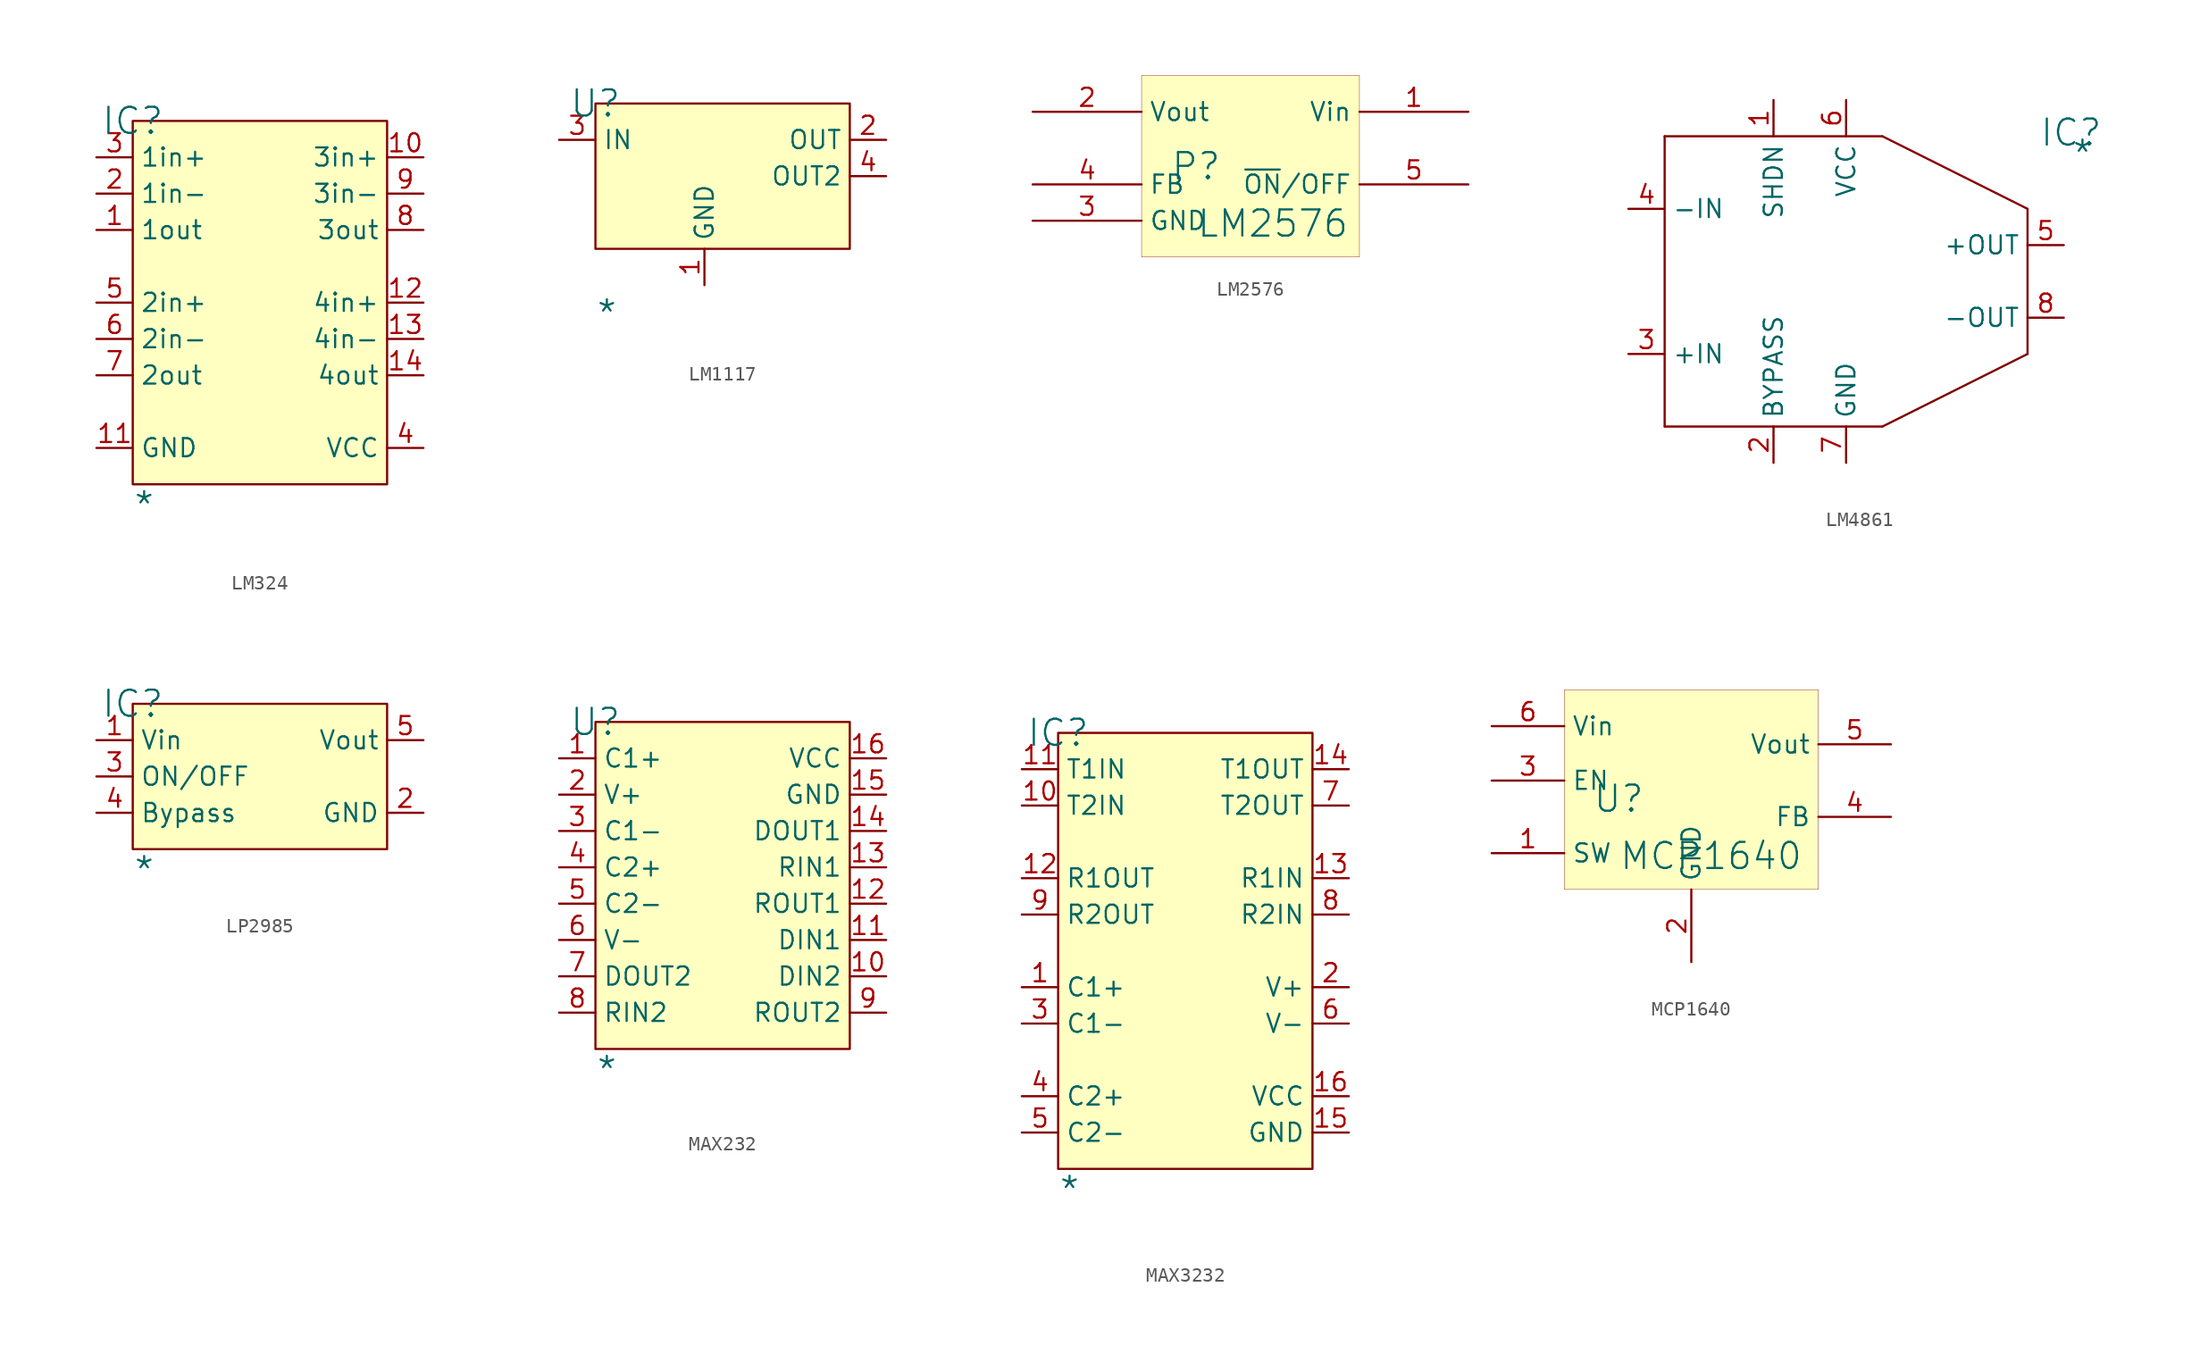
<source format=kicad_sym>
(kicad_symbol_lib
  (version 20241209)
  (generator "kicad_symbol_editor")
  (generator_version "9.0")
  (symbol "LM324"
    (property "Reference" "IC"
      (at 0 0 0)
      (effects (font (size 1.829 1.829))))
    (property "Value" "*"
      (at 0 -27.94 0)
      (effects (font (size 1.829 1.829)) (justify left bottom)))
    (symbol "LM324_1_0"
      (rectangle (start 17.78 0) (end 0 -25.4) (stroke (width 0) (type solid) (color 128 0 0 1)) (fill (type background)))
      (pin passive line (at -2.54 -2.54 0) (length 2.54) (name "1in+" (effects (font (size 1.27 1.27)))) (number "3" (effects (font (size 1.27 1.27)))))
      (pin passive line (at -2.54 -5.08 0) (length 2.54) (name "1in-" (effects (font (size 1.27 1.27)))) (number "2" (effects (font (size 1.27 1.27)))))
      (pin passive line (at -2.54 -7.62 0) (length 2.54) (name "1out" (effects (font (size 1.27 1.27)))) (number "1" (effects (font (size 1.27 1.27)))))
      (pin passive line (at -2.54 -12.7 0) (length 2.54) (name "2in+" (effects (font (size 1.27 1.27)))) (number "5" (effects (font (size 1.27 1.27)))))
      (pin passive line (at -2.54 -15.24 0) (length 2.54) (name "2in-" (effects (font (size 1.27 1.27)))) (number "6" (effects (font (size 1.27 1.27)))))
      (pin passive line (at -2.54 -17.78 0) (length 2.54) (name "2out" (effects (font (size 1.27 1.27)))) (number "7" (effects (font (size 1.27 1.27)))))
      (pin passive line (at -2.54 -22.86 0) (length 2.54) (name "GND" (effects (font (size 1.27 1.27)))) (number "11" (effects (font (size 1.27 1.27)))))
      (pin passive line (at 20.32 -2.54 180) (length 2.54) (name "3in+" (effects (font (size 1.27 1.27)))) (number "10" (effects (font (size 1.27 1.27)))))
      (pin passive line (at 20.32 -5.08 180) (length 2.54) (name "3in-" (effects (font (size 1.27 1.27)))) (number "9" (effects (font (size 1.27 1.27)))))
      (pin passive line (at 20.32 -7.62 180) (length 2.54) (name "3out" (effects (font (size 1.27 1.27)))) (number "8" (effects (font (size 1.27 1.27)))))
      (pin passive line (at 20.32 -12.7 180) (length 2.54) (name "4in+" (effects (font (size 1.27 1.27)))) (number "12" (effects (font (size 1.27 1.27)))))
      (pin passive line (at 20.32 -15.24 180) (length 2.54) (name "4in-" (effects (font (size 1.27 1.27)))) (number "13" (effects (font (size 1.27 1.27)))))
      (pin passive line (at 20.32 -17.78 180) (length 2.54) (name "4out" (effects (font (size 1.27 1.27)))) (number "14" (effects (font (size 1.27 1.27)))))
      (pin passive line (at 20.32 -22.86 180) (length 2.54) (name "VCC" (effects (font (size 1.27 1.27)))) (number "4" (effects (font (size 1.27 1.27)))))))
  (symbol "LM1117"
    (property "Reference" "U"
      (at 0 0 0)
      (effects (font (size 1.829 1.829))))
    (property "Value" "*"
      (at 0 -15.748 0)
      (effects (font (size 1.829 1.829)) (justify left bottom)))
    (symbol "LM1117_1_0"
      (rectangle (start 17.78 0) (end 0 -10.16) (stroke (width 0) (type solid) (color 128 0 0 1)) (fill (type background)))
      (pin passive line (at -2.54 -2.54 0) (length 2.54) (name "IN" (effects (font (size 1.27 1.27)))) (number "3" (effects (font (size 1.27 1.27)))))
      (pin passive line (at 7.62 -12.7 90) (length 2.54) (name "GND" (effects (font (size 1.27 1.27)))) (number "1" (effects (font (size 1.27 1.27)))))
      (pin passive line (at 20.32 -2.54 180) (length 2.54) (name "OUT" (effects (font (size 1.27 1.27)))) (number "2" (effects (font (size 1.27 1.27)))))
      (pin passive line (at 20.32 -5.08 180) (length 2.54) (name "OUT2" (effects (font (size 1.27 1.27)))) (number "4" (effects (font (size 1.27 1.27)))))))
  (symbol "LM2576"
    (property "Reference" "P"
      (at -1.27 1.27 0)
      (effects (font (size 1.829 1.829))))
    (property "Value" "LM2576"
      (at -1.27 -3.81 0)
      (effects (font (size 1.829 1.829)) (justify left bottom)))
    (symbol "LM2576_1_0"
      (rectangle (start 10.16 7.62) (end -5.08 -5.08) (stroke (width 0.025) (type solid) (color 128 0 0 1)) (fill (type background)))
      (pin power_in line (at -12.7 5.08 0) (length 7.62) (name "Vout" (effects (font (size 1.27 1.27)))) (number "2" (effects (font (size 1.27 1.27)))))
      (pin passive line (at -12.7 0 0) (length 7.62) (name "FB" (effects (font (size 1.27 1.27)))) (number "4" (effects (font (size 1.27 1.27)))))
      (pin power_in line (at -12.7 -2.54 0) (length 7.62) (name "GND" (effects (font (size 1.27 1.27)))) (number "3" (effects (font (size 1.27 1.27)))))
      (pin power_in line (at 17.78 5.08 180) (length 7.62) (name "Vin" (effects (font (size 1.27 1.27)))) (number "1" (effects (font (size 1.27 1.27)))))
      (pin passive line (at 17.78 0 180) (length 7.62) (name "~{ON}/OFF" (effects (font (size 1.27 1.27)))) (number "5" (effects (font (size 1.27 1.27)))))))
  (symbol "LM4861"
    (property "Reference" "IC"
      (at 28.448 0.254 0)
      (effects (font (size 1.829 1.829))))
    (property "Value" "*"
      (at 28.448 -2.286 0)
      (effects (font (size 1.829 1.829)) (justify left bottom)))
    (symbol "LM4861_1_0"
      (polyline (pts (xy 0 0) (xy 0 -20.32)) (stroke (width 0) (type solid)) (fill (type none)))
      (polyline (pts (xy 0 -20.32) (xy 15.24 -20.32)) (stroke (width 0) (type solid)) (fill (type none)))
      (polyline (pts (xy 15.24 0) (xy 0 0)) (stroke (width 0) (type solid)) (fill (type none)))
      (polyline (pts (xy 15.24 -20.32) (xy 25.4 -15.24)) (stroke (width 0) (type solid)) (fill (type none)))
      (polyline (pts (xy 25.4 -5.08) (xy 15.24 0)) (stroke (width 0) (type solid)) (fill (type none)))
      (polyline (pts (xy 25.4 -15.24) (xy 25.4 -5.08)) (stroke (width 0) (type solid)) (fill (type none)))
      (pin passive line (at -2.54 -5.08 0) (length 2.54) (name "-IN" (effects (font (size 1.27 1.27)))) (number "4" (effects (font (size 1.27 1.27)))))
      (pin passive line (at -2.54 -15.24 0) (length 2.54) (name "+IN" (effects (font (size 1.27 1.27)))) (number "3" (effects (font (size 1.27 1.27)))))
      (pin passive line (at 7.62 2.54 270) (length 2.54) (name "SHDN" (effects (font (size 1.27 1.27)))) (number "1" (effects (font (size 1.27 1.27)))))
      (pin passive line (at 7.62 -22.86 90) (length 2.54) (name "BYPASS" (effects (font (size 1.27 1.27)))) (number "2" (effects (font (size 1.27 1.27)))))
      (pin passive line (at 12.7 2.54 270) (length 2.54) (name "VCC" (effects (font (size 1.27 1.27)))) (number "6" (effects (font (size 1.27 1.27)))))
      (pin passive line (at 12.7 -22.86 90) (length 2.54) (name "GND" (effects (font (size 1.27 1.27)))) (number "7" (effects (font (size 1.27 1.27)))))
      (pin passive line (at 27.94 -7.62 180) (length 2.54) (name "+OUT" (effects (font (size 1.27 1.27)))) (number "5" (effects (font (size 1.27 1.27)))))
      (pin passive line (at 27.94 -12.7 180) (length 2.54) (name "-OUT" (effects (font (size 1.27 1.27)))) (number "8" (effects (font (size 1.27 1.27)))))))
  (symbol "LP2985"
    (property "Reference" "IC"
      (at 0 0 0)
      (effects (font (size 1.829 1.829))))
    (property "Value" "*"
      (at 0 -12.7 0)
      (effects (font (size 1.829 1.829)) (justify left bottom)))
    (symbol "LP2985_1_0"
      (rectangle (start 17.78 0) (end 0 -10.16) (stroke (width 0) (type solid) (color 128 0 0 1)) (fill (type background)))
      (pin passive line (at -2.54 -2.54 0) (length 2.54) (name "Vin" (effects (font (size 1.27 1.27)))) (number "1" (effects (font (size 1.27 1.27)))))
      (pin passive line (at -2.54 -5.08 0) (length 2.54) (name "ON/OFF" (effects (font (size 1.27 1.27)))) (number "3" (effects (font (size 1.27 1.27)))))
      (pin passive line (at -2.54 -7.62 0) (length 2.54) (name "Bypass" (effects (font (size 1.27 1.27)))) (number "4" (effects (font (size 1.27 1.27)))))
      (pin passive line (at 20.32 -2.54 180) (length 2.54) (name "Vout" (effects (font (size 1.27 1.27)))) (number "5" (effects (font (size 1.27 1.27)))))
      (pin passive line (at 20.32 -7.62 180) (length 2.54) (name "GND" (effects (font (size 1.27 1.27)))) (number "2" (effects (font (size 1.27 1.27)))))))
  (symbol "MAX232"
    (property "Reference" "U"
      (at 0 0 0)
      (effects (font (size 1.829 1.829))))
    (property "Value" "*"
      (at 0 -25.4 0)
      (effects (font (size 1.829 1.829)) (justify left bottom)))
    (symbol "MAX232_1_0"
      (rectangle (start 17.78 0) (end 0 -22.86) (stroke (width 0) (type solid) (color 128 0 0 1)) (fill (type background)))
      (pin passive line (at -2.54 -2.54 0) (length 2.54) (name "C1+" (effects (font (size 1.27 1.27)))) (number "1" (effects (font (size 1.27 1.27)))))
      (pin passive line (at -2.54 -5.08 0) (length 2.54) (name "V+" (effects (font (size 1.27 1.27)))) (number "2" (effects (font (size 1.27 1.27)))))
      (pin passive line (at -2.54 -7.62 0) (length 2.54) (name "C1-" (effects (font (size 1.27 1.27)))) (number "3" (effects (font (size 1.27 1.27)))))
      (pin passive line (at -2.54 -10.16 0) (length 2.54) (name "C2+" (effects (font (size 1.27 1.27)))) (number "4" (effects (font (size 1.27 1.27)))))
      (pin passive line (at -2.54 -12.7 0) (length 2.54) (name "C2-" (effects (font (size 1.27 1.27)))) (number "5" (effects (font (size 1.27 1.27)))))
      (pin passive line (at -2.54 -15.24 0) (length 2.54) (name "V-" (effects (font (size 1.27 1.27)))) (number "6" (effects (font (size 1.27 1.27)))))
      (pin passive line (at -2.54 -17.78 0) (length 2.54) (name "DOUT2" (effects (font (size 1.27 1.27)))) (number "7" (effects (font (size 1.27 1.27)))))
      (pin passive line (at -2.54 -20.32 0) (length 2.54) (name "RIN2" (effects (font (size 1.27 1.27)))) (number "8" (effects (font (size 1.27 1.27)))))
      (pin passive line (at 20.32 -2.54 180) (length 2.54) (name "VCC" (effects (font (size 1.27 1.27)))) (number "16" (effects (font (size 1.27 1.27)))))
      (pin passive line (at 20.32 -5.08 180) (length 2.54) (name "GND" (effects (font (size 1.27 1.27)))) (number "15" (effects (font (size 1.27 1.27)))))
      (pin passive line (at 20.32 -7.62 180) (length 2.54) (name "DOUT1" (effects (font (size 1.27 1.27)))) (number "14" (effects (font (size 1.27 1.27)))))
      (pin passive line (at 20.32 -10.16 180) (length 2.54) (name "RIN1" (effects (font (size 1.27 1.27)))) (number "13" (effects (font (size 1.27 1.27)))))
      (pin passive line (at 20.32 -12.7 180) (length 2.54) (name "ROUT1" (effects (font (size 1.27 1.27)))) (number "12" (effects (font (size 1.27 1.27)))))
      (pin passive line (at 20.32 -15.24 180) (length 2.54) (name "DIN1" (effects (font (size 1.27 1.27)))) (number "11" (effects (font (size 1.27 1.27)))))
      (pin passive line (at 20.32 -17.78 180) (length 2.54) (name "DIN2" (effects (font (size 1.27 1.27)))) (number "10" (effects (font (size 1.27 1.27)))))
      (pin passive line (at 20.32 -20.32 180) (length 2.54) (name "ROUT2" (effects (font (size 1.27 1.27)))) (number "9" (effects (font (size 1.27 1.27)))))))
  (symbol "MAX3232"
    (property "Reference" "IC"
      (at 0 0 0)
      (effects (font (size 1.829 1.829))))
    (property "Value" "*"
      (at 0 -33.02 0)
      (effects (font (size 1.829 1.829)) (justify left bottom)))
    (symbol "MAX3232_1_0"
      (rectangle (start 17.78 0) (end 0 -30.48) (stroke (width 0) (type solid) (color 128 0 0 1)) (fill (type background)))
      (pin input line (at -2.54 -2.54 0) (length 2.54) (name "T1IN" (effects (font (size 1.27 1.27)))) (number "11" (effects (font (size 1.27 1.27)))))
      (pin input line (at -2.54 -5.08 0) (length 2.54) (name "T2IN" (effects (font (size 1.27 1.27)))) (number "10" (effects (font (size 1.27 1.27)))))
      (pin output line (at -2.54 -10.16 0) (length 2.54) (name "R1OUT" (effects (font (size 1.27 1.27)))) (number "12" (effects (font (size 1.27 1.27)))))
      (pin output line (at -2.54 -12.7 0) (length 2.54) (name "R2OUT" (effects (font (size 1.27 1.27)))) (number "9" (effects (font (size 1.27 1.27)))))
      (pin passive line (at -2.54 -17.78 0) (length 2.54) (name "C1+" (effects (font (size 1.27 1.27)))) (number "1" (effects (font (size 1.27 1.27)))))
      (pin passive line (at -2.54 -20.32 0) (length 2.54) (name "C1-" (effects (font (size 1.27 1.27)))) (number "3" (effects (font (size 1.27 1.27)))))
      (pin passive line (at -2.54 -25.4 0) (length 2.54) (name "C2+" (effects (font (size 1.27 1.27)))) (number "4" (effects (font (size 1.27 1.27)))))
      (pin passive line (at -2.54 -27.94 0) (length 2.54) (name "C2-" (effects (font (size 1.27 1.27)))) (number "5" (effects (font (size 1.27 1.27)))))
      (pin output line (at 20.32 -2.54 180) (length 2.54) (name "T1OUT" (effects (font (size 1.27 1.27)))) (number "14" (effects (font (size 1.27 1.27)))))
      (pin output line (at 20.32 -5.08 180) (length 2.54) (name "T2OUT" (effects (font (size 1.27 1.27)))) (number "7" (effects (font (size 1.27 1.27)))))
      (pin input line (at 20.32 -10.16 180) (length 2.54) (name "R1IN" (effects (font (size 1.27 1.27)))) (number "13" (effects (font (size 1.27 1.27)))))
      (pin input line (at 20.32 -12.7 180) (length 2.54) (name "R2IN" (effects (font (size 1.27 1.27)))) (number "8" (effects (font (size 1.27 1.27)))))
      (pin passive line (at 20.32 -17.78 180) (length 2.54) (name "V+" (effects (font (size 1.27 1.27)))) (number "2" (effects (font (size 1.27 1.27)))))
      (pin passive line (at 20.32 -20.32 180) (length 2.54) (name "V-" (effects (font (size 1.27 1.27)))) (number "6" (effects (font (size 1.27 1.27)))))
      (pin power_in line (at 20.32 -25.4 180) (length 2.54) (name "VCC" (effects (font (size 1.27 1.27)))) (number "16" (effects (font (size 1.27 1.27)))))
      (pin power_in line (at 20.32 -27.94 180) (length 2.54) (name "GND" (effects (font (size 1.27 1.27)))) (number "15" (effects (font (size 1.27 1.27)))))))
  (symbol "MCP1640"
    (property "Reference" "U"
      (at -1.27 1.27 0)
      (effects (font (size 1.829 1.829))))
    (property "Value" "MCP1640"
      (at -1.27 -3.81 0)
      (effects (font (size 1.829 1.829)) (justify left bottom)))
    (symbol "MCP1640_1_0"
      (rectangle (start 12.7 8.89) (end -5.08 -5.08) (stroke (width 0.025) (type solid) (color 128 0 0 1)) (fill (type background)))
      (pin power_in line (at -10.16 6.35 0) (length 5.08) (name "Vin" (effects (font (size 1.27 1.27)))) (number "6" (effects (font (size 1.27 1.27)))))
      (pin passive line (at -10.16 2.54 0) (length 5.08) (name "EN" (effects (font (size 1.27 1.27)))) (number "3" (effects (font (size 1.27 1.27)))))
      (pin power_in line (at -10.16 -2.54 0) (length 5.08) (name "SW" (effects (font (size 1.27 1.27)))) (number "1" (effects (font (size 1.27 1.27)))))
      (pin power_in line (at 3.81 -10.16 90) (length 5.08) (name "GND" (effects (font (size 1.27 1.27)))) (number "2" (effects (font (size 1.27 1.27)))))
      (pin power_in line (at 17.78 5.08 180) (length 5.08) (name "Vout" (effects (font (size 1.27 1.27)))) (number "5" (effects (font (size 1.27 1.27)))))
      (pin passive line (at 17.78 0 180) (length 5.08) (name "FB" (effects (font (size 1.27 1.27)))) (number "4" (effects (font (size 1.27 1.27))))))))
</source>
